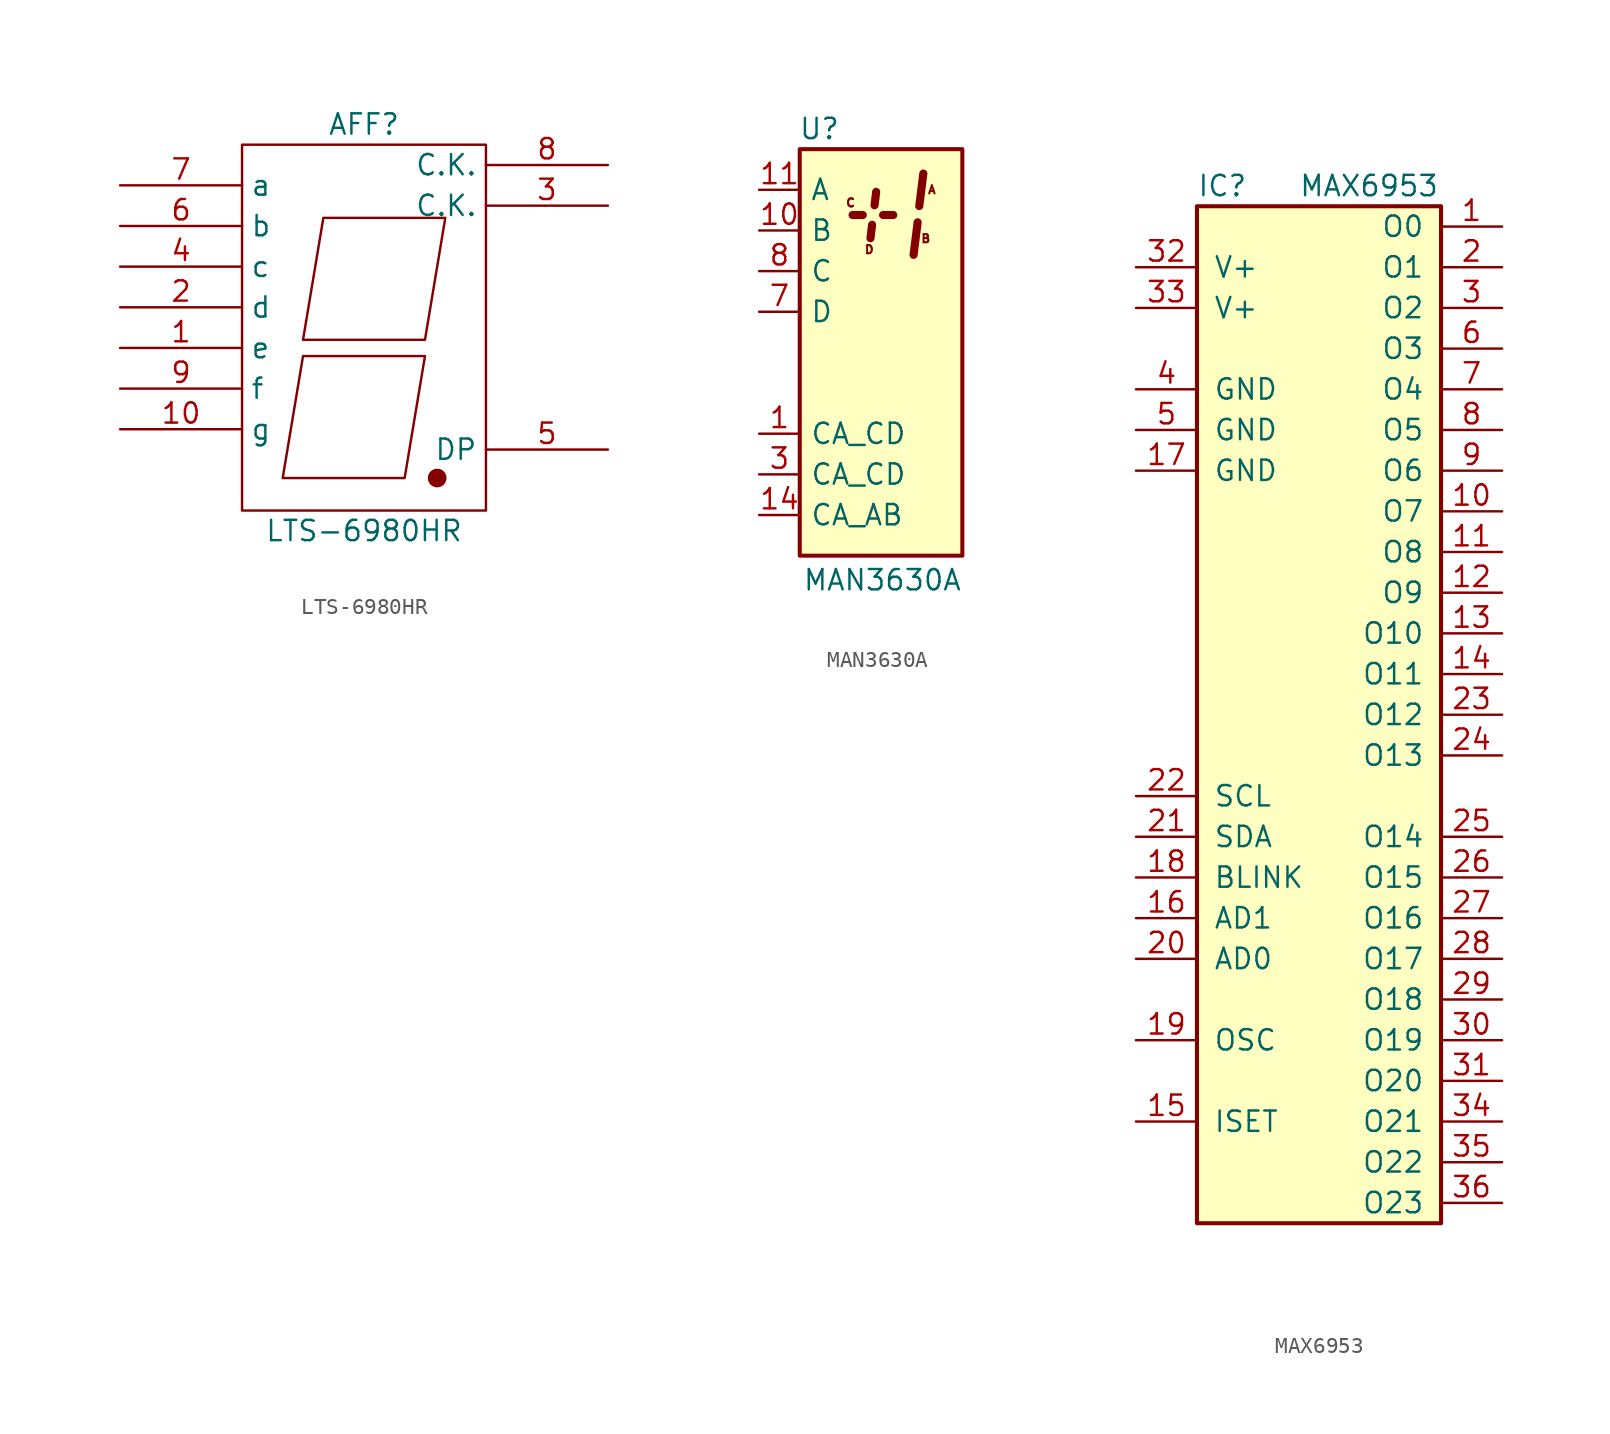
<source format=kicad_sym>
(kicad_symbol_lib
  (version 20231120)
  (generator "kicad_symbol_editor")
  (generator_version "8.0")
  (symbol "LTS-6980HR"
    (property "Reference" "AFF"
      (at 0 13.97 0)
      (effects (font (size 1.27 1.27))))
    (property "Value" "LTS-6980HR"
      (at 0 -11.43 0)
      (effects (font (size 1.27 1.27))))
    (symbol "LTS-6980HR_0_1"
      (rectangle (start -7.62 12.7) (end 7.62 -10.16) (stroke (width 0) (type default)) (fill (type none)))
      (polyline (pts (xy -3.81 -0.508) (xy 3.81 -0.508) (xy 2.54 -8.128) (xy -5.08 -8.128) (xy -3.81 -0.508) (xy -3.81 -0.508)) (stroke (width 0) (type default)) (fill (type none)))
      (polyline (pts (xy -2.54 8.128) (xy 5.08 8.128) (xy 3.81 0.508) (xy -3.81 0.508) (xy -2.54 8.128) (xy -2.54 8.128)) (stroke (width 0) (type default)) (fill (type none)))
      (circle (center 4.572 -8.128) (radius 0.508) (stroke (width 0) (type default)) (fill (type outline))))
    (symbol "LTS-6980HR_1_1"
      (pin input line (at -15.24 0 0) (length 7.62) (name "e" (effects (font (size 1.27 1.27)))) (number "1" (effects (font (size 1.27 1.27)))))
      (pin input line (at -15.24 -5.08 0) (length 7.62) (name "g" (effects (font (size 1.27 1.27)))) (number "10" (effects (font (size 1.27 1.27)))))
      (pin input line (at -15.24 2.54 0) (length 7.62) (name "d" (effects (font (size 1.27 1.27)))) (number "2" (effects (font (size 1.27 1.27)))))
      (pin input line (at 15.24 8.89 180) (length 7.62) (name "C.K." (effects (font (size 1.27 1.27)))) (number "3" (effects (font (size 1.27 1.27)))))
      (pin input line (at -15.24 5.08 0) (length 7.62) (name "c" (effects (font (size 1.27 1.27)))) (number "4" (effects (font (size 1.27 1.27)))))
      (pin input line (at 15.24 -6.35 180) (length 7.62) (name "DP" (effects (font (size 1.27 1.27)))) (number "5" (effects (font (size 1.27 1.27)))))
      (pin input line (at -15.24 7.62 0) (length 7.62) (name "b" (effects (font (size 1.27 1.27)))) (number "6" (effects (font (size 1.27 1.27)))))
      (pin input line (at -15.24 10.16 0) (length 7.62) (name "a" (effects (font (size 1.27 1.27)))) (number "7" (effects (font (size 1.27 1.27)))))
      (pin input line (at 15.24 11.43 180) (length 7.62) (name "C.K." (effects (font (size 1.27 1.27)))) (number "8" (effects (font (size 1.27 1.27)))))
      (pin input line (at -15.24 -2.54 0) (length 7.62) (name "f" (effects (font (size 1.27 1.27)))) (number "9" (effects (font (size 1.27 1.27)))))))
  (symbol "MAN3630A"
    (pin_names
      (offset 0.635))
    (property "Reference" "U"
      (at -2.54 13.97 0)
      (effects (font (size 1.27 1.27)) (justify right)))
    (property "Value" "MAN3630A"
      (at 5.08 -14.224 0)
      (effects (font (size 1.27 1.27)) (justify right)))
    (symbol "MAN3630A_0_0"
      (text "A" (at 3.175 10.16 0) (effects (font (size 0.508 0.508))))
      (text "B" (at 2.794 7.112 0) (effects (font (size 0.508 0.508))))
      (text "C" (at -1.905 9.347 0) (effects (font (size 0.508 0.508))))
      (text "D" (at -0.737 6.426 0) (effects (font (size 0.508 0.508)))))
    (symbol "MAN3630A_0_1"
      (rectangle (start -5.08 12.7) (end 5.08 -12.7) (stroke (width 0.254) (type default)) (fill (type background)))
      (polyline (pts (xy -1.778 8.585) (xy -1.143 8.585)) (stroke (width 0.508) (type default)) (fill (type none)))
      (polyline (pts (xy 2.286 8.128) (xy 2.032 6.096)) (stroke (width 0.508) (type default)) (fill (type none)))
      (polyline (pts (xy 2.642 11.176) (xy 2.388 9.144)) (stroke (width 0.508) (type default)) (fill (type none))))
    (symbol "MAN3630A_1_1"
      (polyline (pts (xy -0.66 7.137) (xy -0.559 7.976)) (stroke (width 0.508) (type default)) (fill (type none)))
      (polyline (pts (xy -0.305 10.033) (xy -0.406 9.195)) (stroke (width 0.508) (type default)) (fill (type none)))
      (polyline (pts (xy 0.127 8.585) (xy 0.762 8.585)) (stroke (width 0.508) (type default)) (fill (type none)))
      (pin input line (at -7.62 -5.08 0) (length 2.54) (name "CA_CD" (effects (font (size 1.27 1.27)))) (number "1" (effects (font (size 1.27 1.27)))))
      (pin input line (at -7.62 7.62 0) (length 2.54) (name "B" (effects (font (size 1.27 1.27)))) (number "10" (effects (font (size 1.27 1.27)))))
      (pin input line (at -7.62 10.16 0) (length 2.54) (name "A" (effects (font (size 1.27 1.27)))) (number "11" (effects (font (size 1.27 1.27)))))
      (pin no_connect line (at 7.62 -7.62 180) (length 2.54) hide (name "NC" (effects (font (size 1.27 1.27)))) (number "12" (effects (font (size 1.27 1.27)))))
      (pin no_connect line (at 7.62 -10.16 180) (length 2.54) hide (name "NC" (effects (font (size 1.27 1.27)))) (number "13" (effects (font (size 1.27 1.27)))))
      (pin input line (at -7.62 -10.16 0) (length 2.54) (name "CA_AB" (effects (font (size 1.27 1.27)))) (number "14" (effects (font (size 1.27 1.27)))))
      (pin no_connect line (at 7.62 5.08 180) (length 2.54) hide (name "NC" (effects (font (size 1.27 1.27)))) (number "2" (effects (font (size 1.27 1.27)))))
      (pin input line (at -7.62 -7.62 0) (length 2.54) (name "CA_CD" (effects (font (size 1.27 1.27)))) (number "3" (effects (font (size 1.27 1.27)))))
      (pin no_connect line (at 7.62 2.54 180) (length 2.54) hide (name "NC" (effects (font (size 1.27 1.27)))) (number "4" (effects (font (size 1.27 1.27)))))
      (pin no_connect line (at 7.62 0 180) (length 2.54) hide (name "NC" (effects (font (size 1.27 1.27)))) (number "5" (effects (font (size 1.27 1.27)))))
      (pin no_connect line (at 7.62 -2.54 180) (length 2.54) hide (name "NC" (effects (font (size 1.27 1.27)))) (number "6" (effects (font (size 1.27 1.27)))))
      (pin input line (at -7.62 2.54 0) (length 2.54) (name "D" (effects (font (size 1.27 1.27)))) (number "7" (effects (font (size 1.27 1.27)))))
      (pin input line (at -7.62 5.08 0) (length 2.54) (name "C" (effects (font (size 1.27 1.27)))) (number "8" (effects (font (size 1.27 1.27)))))
      (pin no_connect line (at 7.62 -5.08 180) (length 2.54) hide (name "NC" (effects (font (size 1.27 1.27)))) (number "9" (effects (font (size 1.27 1.27)))))))
  (symbol "MAX6953"
    (pin_names
      (offset 1.016))
    (property "Reference" "IC"
      (at -7.62 30.48 0)
      (effects (font (size 1.27 1.27)) (justify left)))
    (property "Value" "MAX6953"
      (at -1.27 30.48 0)
      (effects (font (size 1.27 1.27)) (justify left)))
    (symbol "MAX6953_0_1"
      (rectangle (start -7.62 29.21) (end 7.62 -34.29) (stroke (width 0.254) (type default)) (fill (type background)))
      (pin output line (at 11.43 27.94 180) (length 3.81) (name "O0" (effects (font (size 1.27 1.27)))) (number "1" (effects (font (size 1.27 1.27)))))
      (pin output line (at 11.43 10.16 180) (length 3.81) (name "O7" (effects (font (size 1.27 1.27)))) (number "10" (effects (font (size 1.27 1.27)))))
      (pin output line (at 11.43 7.62 180) (length 3.81) (name "O8" (effects (font (size 1.27 1.27)))) (number "11" (effects (font (size 1.27 1.27)))))
      (pin output line (at 11.43 5.08 180) (length 3.81) (name "O9" (effects (font (size 1.27 1.27)))) (number "12" (effects (font (size 1.27 1.27)))))
      (pin output line (at 11.43 2.54 180) (length 3.81) (name "O10" (effects (font (size 1.27 1.27)))) (number "13" (effects (font (size 1.27 1.27)))))
      (pin output line (at 11.43 0 180) (length 3.81) (name "O11" (effects (font (size 1.27 1.27)))) (number "14" (effects (font (size 1.27 1.27)))))
      (pin passive line (at -11.43 -27.94 0) (length 3.81) (name "ISET" (effects (font (size 1.27 1.27)))) (number "15" (effects (font (size 1.27 1.27)))))
      (pin input line (at -11.43 -15.24 0) (length 3.81) (name "AD1" (effects (font (size 1.27 1.27)))) (number "16" (effects (font (size 1.27 1.27)))))
      (pin power_in line (at -11.43 12.7 0) (length 3.81) (name "GND" (effects (font (size 1.27 1.27)))) (number "17" (effects (font (size 1.27 1.27)))))
      (pin input line (at -11.43 -12.7 0) (length 3.81) (name "BLINK" (effects (font (size 1.27 1.27)))) (number "18" (effects (font (size 1.27 1.27)))))
      (pin input line (at -11.43 -22.86 0) (length 3.81) (name "OSC" (effects (font (size 1.27 1.27)))) (number "19" (effects (font (size 1.27 1.27)))))
      (pin output line (at 11.43 25.4 180) (length 3.81) (name "O1" (effects (font (size 1.27 1.27)))) (number "2" (effects (font (size 1.27 1.27)))))
      (pin input line (at -11.43 -17.78 0) (length 3.81) (name "AD0" (effects (font (size 1.27 1.27)))) (number "20" (effects (font (size 1.27 1.27)))))
      (pin bidirectional line (at -11.43 -10.16 0) (length 3.81) (name "SDA" (effects (font (size 1.27 1.27)))) (number "21" (effects (font (size 1.27 1.27)))))
      (pin input line (at -11.43 -7.62 0) (length 3.81) (name "SCL" (effects (font (size 1.27 1.27)))) (number "22" (effects (font (size 1.27 1.27)))))
      (pin output line (at 11.43 -2.54 180) (length 3.81) (name "O12" (effects (font (size 1.27 1.27)))) (number "23" (effects (font (size 1.27 1.27)))))
      (pin output line (at 11.43 -5.08 180) (length 3.81) (name "O13" (effects (font (size 1.27 1.27)))) (number "24" (effects (font (size 1.27 1.27)))))
      (pin output line (at 11.43 -10.16 180) (length 3.81) (name "O14" (effects (font (size 1.27 1.27)))) (number "25" (effects (font (size 1.27 1.27)))))
      (pin output line (at 11.43 -12.7 180) (length 3.81) (name "O15" (effects (font (size 1.27 1.27)))) (number "26" (effects (font (size 1.27 1.27)))))
      (pin output line (at 11.43 -15.24 180) (length 3.81) (name "O16" (effects (font (size 1.27 1.27)))) (number "27" (effects (font (size 1.27 1.27)))))
      (pin output line (at 11.43 -17.78 180) (length 3.81) (name "O17" (effects (font (size 1.27 1.27)))) (number "28" (effects (font (size 1.27 1.27)))))
      (pin output line (at 11.43 -20.32 180) (length 3.81) (name "O18" (effects (font (size 1.27 1.27)))) (number "29" (effects (font (size 1.27 1.27)))))
      (pin output line (at 11.43 22.86 180) (length 3.81) (name "O2" (effects (font (size 1.27 1.27)))) (number "3" (effects (font (size 1.27 1.27)))))
      (pin output line (at 11.43 -22.86 180) (length 3.81) (name "O19" (effects (font (size 1.27 1.27)))) (number "30" (effects (font (size 1.27 1.27)))))
      (pin output line (at 11.43 -25.4 180) (length 3.81) (name "O20" (effects (font (size 1.27 1.27)))) (number "31" (effects (font (size 1.27 1.27)))))
      (pin power_in line (at -11.43 25.4 0) (length 3.81) (name "V+" (effects (font (size 1.27 1.27)))) (number "32" (effects (font (size 1.27 1.27)))))
      (pin power_in line (at -11.43 22.86 0) (length 3.81) (name "V+" (effects (font (size 1.27 1.27)))) (number "33" (effects (font (size 1.27 1.27)))))
      (pin output line (at 11.43 -27.94 180) (length 3.81) (name "O21" (effects (font (size 1.27 1.27)))) (number "34" (effects (font (size 1.27 1.27)))))
      (pin output line (at 11.43 -30.48 180) (length 3.81) (name "O22" (effects (font (size 1.27 1.27)))) (number "35" (effects (font (size 1.27 1.27)))))
      (pin output line (at 11.43 -33.02 180) (length 3.81) (name "O23" (effects (font (size 1.27 1.27)))) (number "36" (effects (font (size 1.27 1.27)))))
      (pin power_in line (at -11.43 17.78 0) (length 3.81) (name "GND" (effects (font (size 1.27 1.27)))) (number "4" (effects (font (size 1.27 1.27)))))
      (pin power_in line (at -11.43 15.24 0) (length 3.81) (name "GND" (effects (font (size 1.27 1.27)))) (number "5" (effects (font (size 1.27 1.27)))))
      (pin output line (at 11.43 20.32 180) (length 3.81) (name "O3" (effects (font (size 1.27 1.27)))) (number "6" (effects (font (size 1.27 1.27)))))
      (pin output line (at 11.43 17.78 180) (length 3.81) (name "O4" (effects (font (size 1.27 1.27)))) (number "7" (effects (font (size 1.27 1.27)))))
      (pin output line (at 11.43 15.24 180) (length 3.81) (name "O5" (effects (font (size 1.27 1.27)))) (number "8" (effects (font (size 1.27 1.27)))))
      (pin output line (at 11.43 12.7 180) (length 3.81) (name "O6" (effects (font (size 1.27 1.27)))) (number "9" (effects (font (size 1.27 1.27))))))))
</source>
